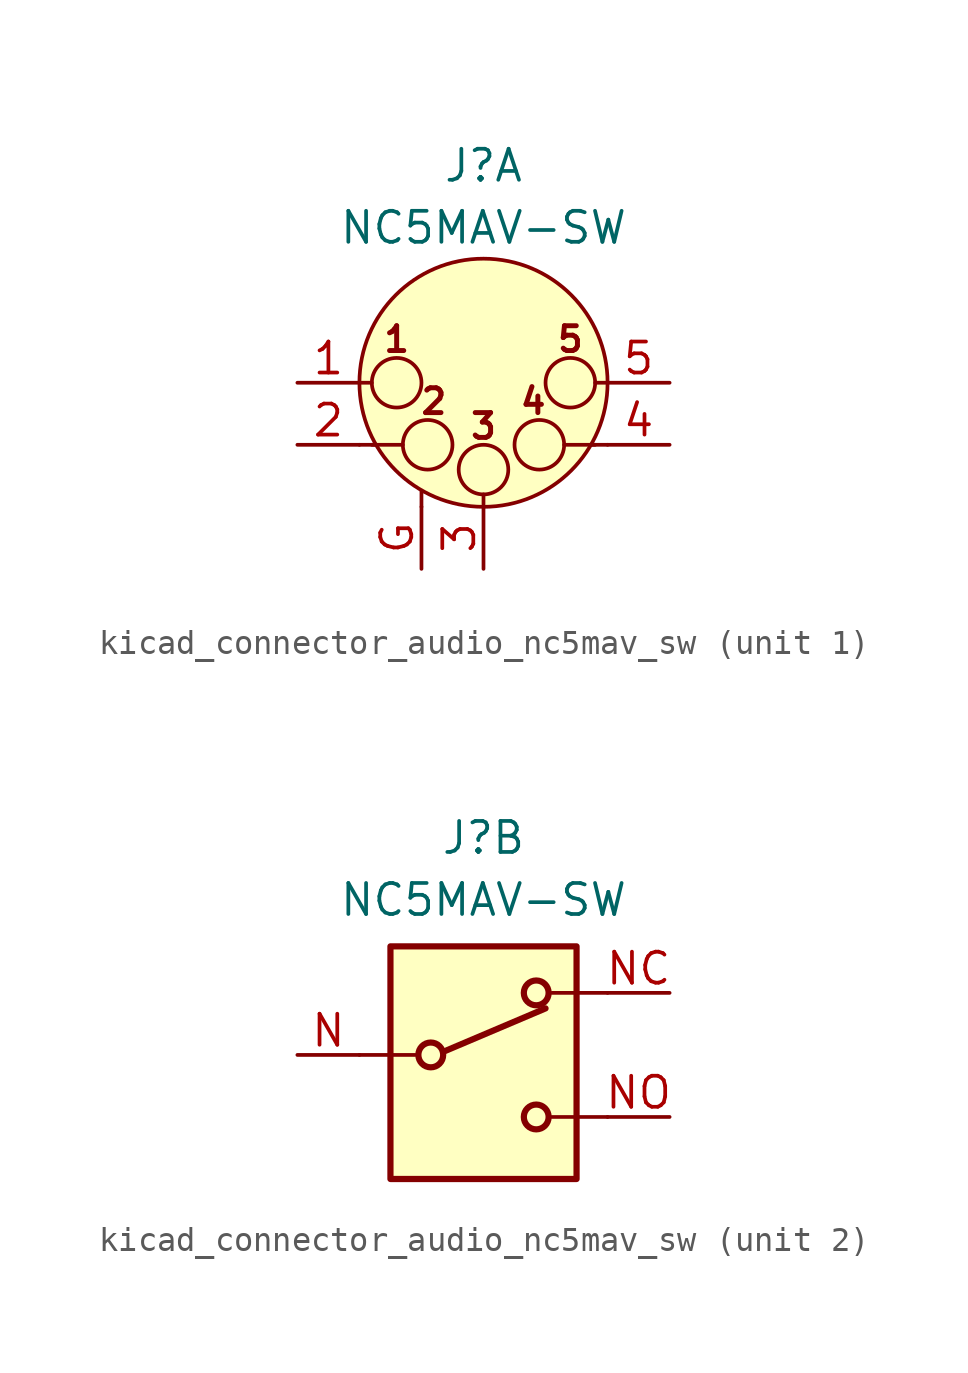
<source format=kicad_sym>
(kicad_symbol_lib
  (version 20220914)
  (generator kicad_symbol_editor)
  (symbol "kicad_connector_audio_nc5mav_sw"
    (pin_names hide)
    (property "Reference" "J"
      (at 0 8.89 0)
      (effects (font (size 1.27 1.27))))
    (property "Value" "NC5MAV-SW"
      (at 0 6.35 0)
      (effects (font (size 1.27 1.27))))
    (property "ki_locked" ""
      (at 0 0 0)
      (effects (font (size 1.27 1.27))))
    (symbol "kicad_connector_audio_nc5mav_sw_1_1"
      (circle (center -3.556 0) (radius 1.016) (stroke (width 0) (type default)) (fill (type none)))
      (circle (center -2.286 -2.54) (radius 1.016) (stroke (width 0) (type default)) (fill (type none)))
      (circle (center 0 -3.556) (radius 1.016) (stroke (width 0) (type default)) (fill (type none)))
      (polyline (pts (xy -5.08 -2.54) (xy -4.445 -2.54)) (stroke (width 0) (type default)) (fill (type none)))
      (polyline (pts (xy -5.08 0) (xy -4.572 0)) (stroke (width 0) (type default)) (fill (type none)))
      (polyline (pts (xy -4.572 -2.54) (xy -3.302 -2.54)) (stroke (width 0) (type default)) (fill (type none)))
      (polyline (pts (xy -2.54 -5.08) (xy -2.54 -4.445)) (stroke (width 0) (type default)) (fill (type none)))
      (polyline (pts (xy 0 -5.08) (xy 0 -4.572)) (stroke (width 0) (type default)) (fill (type none)))
      (polyline (pts (xy 4.572 -2.54) (xy 3.302 -2.54)) (stroke (width 0) (type default)) (fill (type none)))
      (polyline (pts (xy 5.08 -2.54) (xy 4.445 -2.54)) (stroke (width 0) (type default)) (fill (type none)))
      (polyline (pts (xy 5.08 0) (xy 4.572 0)) (stroke (width 0) (type default)) (fill (type none)))
      (circle (center 0 0) (radius 5.08) (stroke (width 0) (type default)) (fill (type background)))
      (circle (center 2.286 -2.54) (radius 1.016) (stroke (width 0) (type default)) (fill (type none)))
      (circle (center 3.556 0) (radius 1.016) (stroke (width 0) (type default)) (fill (type none)))
      (text "1" (at -3.556 1.778 0) (effects (font (size 1.016 1.016) bold)))
      (text "2" (at -2.032 -0.762 0) (effects (font (size 1.016 1.016) bold)))
      (text "3" (at 0 -1.778 0) (effects (font (size 1.016 1.016) bold)))
      (text "4" (at 2.032 -0.762 0) (effects (font (size 1.016 1.016) bold)))
      (text "5" (at 3.556 1.778 0) (effects (font (size 1.016 1.016) bold)))
      (pin passive line (at -7.62 0 0) (length 2.54) (name "P1" (effects (font (size 1.27 1.27)))) (number "1" (effects (font (size 1.27 1.27)))))
      (pin passive line (at -7.62 -2.54 0) (length 2.54) (name "P2" (effects (font (size 1.27 1.27)))) (number "2" (effects (font (size 1.27 1.27)))))
      (pin passive line (at 0 -7.62 90) (length 2.54) (name "P3" (effects (font (size 1.27 1.27)))) (number "3" (effects (font (size 1.27 1.27)))))
      (pin passive line (at 7.62 -2.54 180) (length 2.54) (name "P3" (effects (font (size 1.27 1.27)))) (number "4" (effects (font (size 1.27 1.27)))))
      (pin passive line (at 7.62 0 180) (length 2.54) (name "P5" (effects (font (size 1.27 1.27)))) (number "5" (effects (font (size 1.27 1.27)))))
      (pin passive line (at -2.54 -7.62 90) (length 2.54) (name "~" (effects (font (size 1.27 1.27)))) (number "G" (effects (font (size 1.27 1.27))))))
    (symbol "kicad_connector_audio_nc5mav_sw_2_1"
      (rectangle (start -3.81 4.445) (end 3.81 -5.08) (stroke (width 0.254) (type default)) (fill (type background)))
      (circle (center -2.159 0) (radius 0.508) (stroke (width 0.254) (type default)) (fill (type none)))
      (polyline (pts (xy -5.08 0) (xy -2.794 0)) (stroke (width 0) (type default)) (fill (type none)))
      (polyline (pts (xy -1.651 0.127) (xy 2.54 1.905)) (stroke (width 0.254) (type default)) (fill (type none)))
      (polyline (pts (xy 5.08 -2.54) (xy 2.794 -2.54)) (stroke (width 0) (type default)) (fill (type none)))
      (polyline (pts (xy 5.08 2.54) (xy 2.794 2.54)) (stroke (width 0) (type default)) (fill (type none)))
      (circle (center 2.159 -2.54) (radius 0.508) (stroke (width 0.254) (type default)) (fill (type none)))
      (circle (center 2.159 2.54) (radius 0.508) (stroke (width 0.254) (type default)) (fill (type none)))
      (pin passive line (at -7.62 0 0) (length 2.54) (name "~" (effects (font (size 1.27 1.27)))) (number "N" (effects (font (size 1.27 1.27)))))
      (pin passive line (at 7.62 2.54 180) (length 2.54) (name "~" (effects (font (size 1.27 1.27)))) (number "NC" (effects (font (size 1.27 1.27)))))
      (pin passive line (at 7.62 -2.54 180) (length 2.54) (name "~" (effects (font (size 1.27 1.27)))) (number "NO" (effects (font (size 1.27 1.27))))))))
</source>
